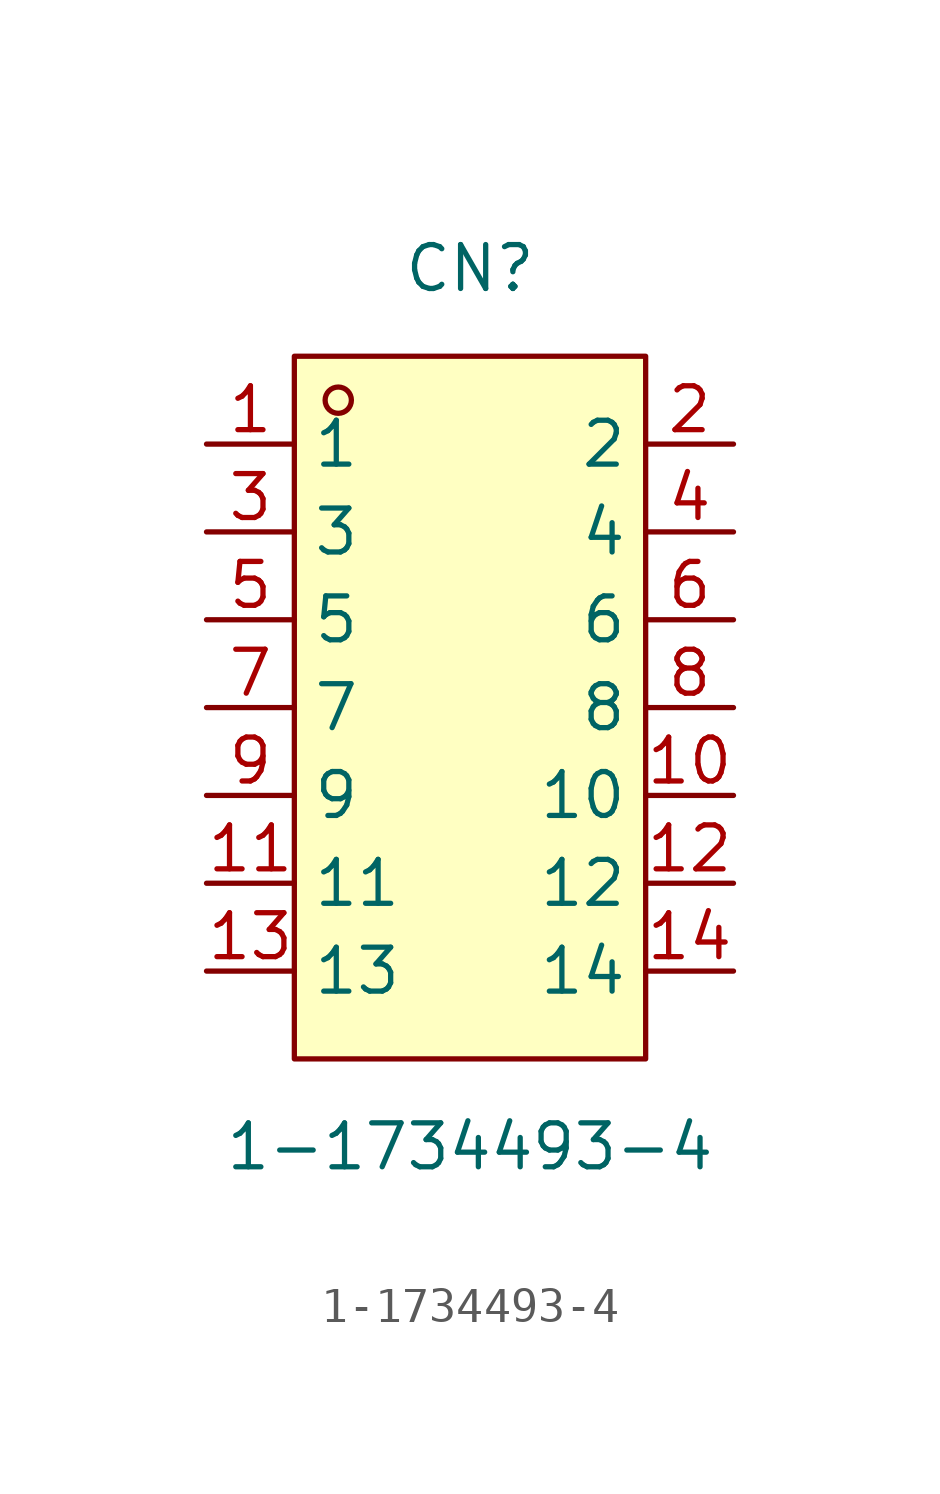
<source format=kicad_sym>
(kicad_symbol_lib
  (version 20211014)
  (generator https://github.com/uPesy/easyeda2kicad.py)
  (symbol "1-1734493-4"
    (property "Reference" "CN"
      (at 0 12.70 0)
      (effects (font (size 1.27 1.27))))
    (property "Value" "1-1734493-4"
      (at 0 -12.70 0)
      (effects (font (size 1.27 1.27))))
    (symbol "1-1734493-4_0_1"
      (rectangle (start -5.08 10.16) (end 5.08 -10.16) (stroke (width 0) (type default) (color 0 0 0 0)) (fill (type background)))
      (circle (center -3.81 8.89) (radius 0.38) (stroke (width 0) (type default) (color 0 0 0 0)) (fill (type none)))
      (pin unspecified line (at -7.62 7.62 0) (length 2.54) (name "1" (effects (font (size 1.27 1.27)))) (number "1" (effects (font (size 1.27 1.27)))))
      (pin unspecified line (at 7.62 -7.62 180) (length 2.54) (name "14" (effects (font (size 1.27 1.27)))) (number "14" (effects (font (size 1.27 1.27)))))
      (pin unspecified line (at -7.62 5.08 0) (length 2.54) (name "3" (effects (font (size 1.27 1.27)))) (number "3" (effects (font (size 1.27 1.27)))))
      (pin unspecified line (at 7.62 -5.08 180) (length 2.54) (name "12" (effects (font (size 1.27 1.27)))) (number "12" (effects (font (size 1.27 1.27)))))
      (pin unspecified line (at -7.62 2.54 0) (length 2.54) (name "5" (effects (font (size 1.27 1.27)))) (number "5" (effects (font (size 1.27 1.27)))))
      (pin unspecified line (at 7.62 -2.54 180) (length 2.54) (name "10" (effects (font (size 1.27 1.27)))) (number "10" (effects (font (size 1.27 1.27)))))
      (pin unspecified line (at -7.62 -0.00 0) (length 2.54) (name "7" (effects (font (size 1.27 1.27)))) (number "7" (effects (font (size 1.27 1.27)))))
      (pin unspecified line (at 7.62 -0.00 180) (length 2.54) (name "8" (effects (font (size 1.27 1.27)))) (number "8" (effects (font (size 1.27 1.27)))))
      (pin unspecified line (at -7.62 -2.54 0) (length 2.54) (name "9" (effects (font (size 1.27 1.27)))) (number "9" (effects (font (size 1.27 1.27)))))
      (pin unspecified line (at 7.62 2.54 180) (length 2.54) (name "6" (effects (font (size 1.27 1.27)))) (number "6" (effects (font (size 1.27 1.27)))))
      (pin unspecified line (at -7.62 -5.08 0) (length 2.54) (name "11" (effects (font (size 1.27 1.27)))) (number "11" (effects (font (size 1.27 1.27)))))
      (pin unspecified line (at 7.62 5.08 180) (length 2.54) (name "4" (effects (font (size 1.27 1.27)))) (number "4" (effects (font (size 1.27 1.27)))))
      (pin unspecified line (at -7.62 -7.62 0) (length 2.54) (name "13" (effects (font (size 1.27 1.27)))) (number "13" (effects (font (size 1.27 1.27)))))
      (pin unspecified line (at 7.62 7.62 180) (length 2.54) (name "2" (effects (font (size 1.27 1.27)))) (number "2" (effects (font (size 1.27 1.27))))))))
</source>
